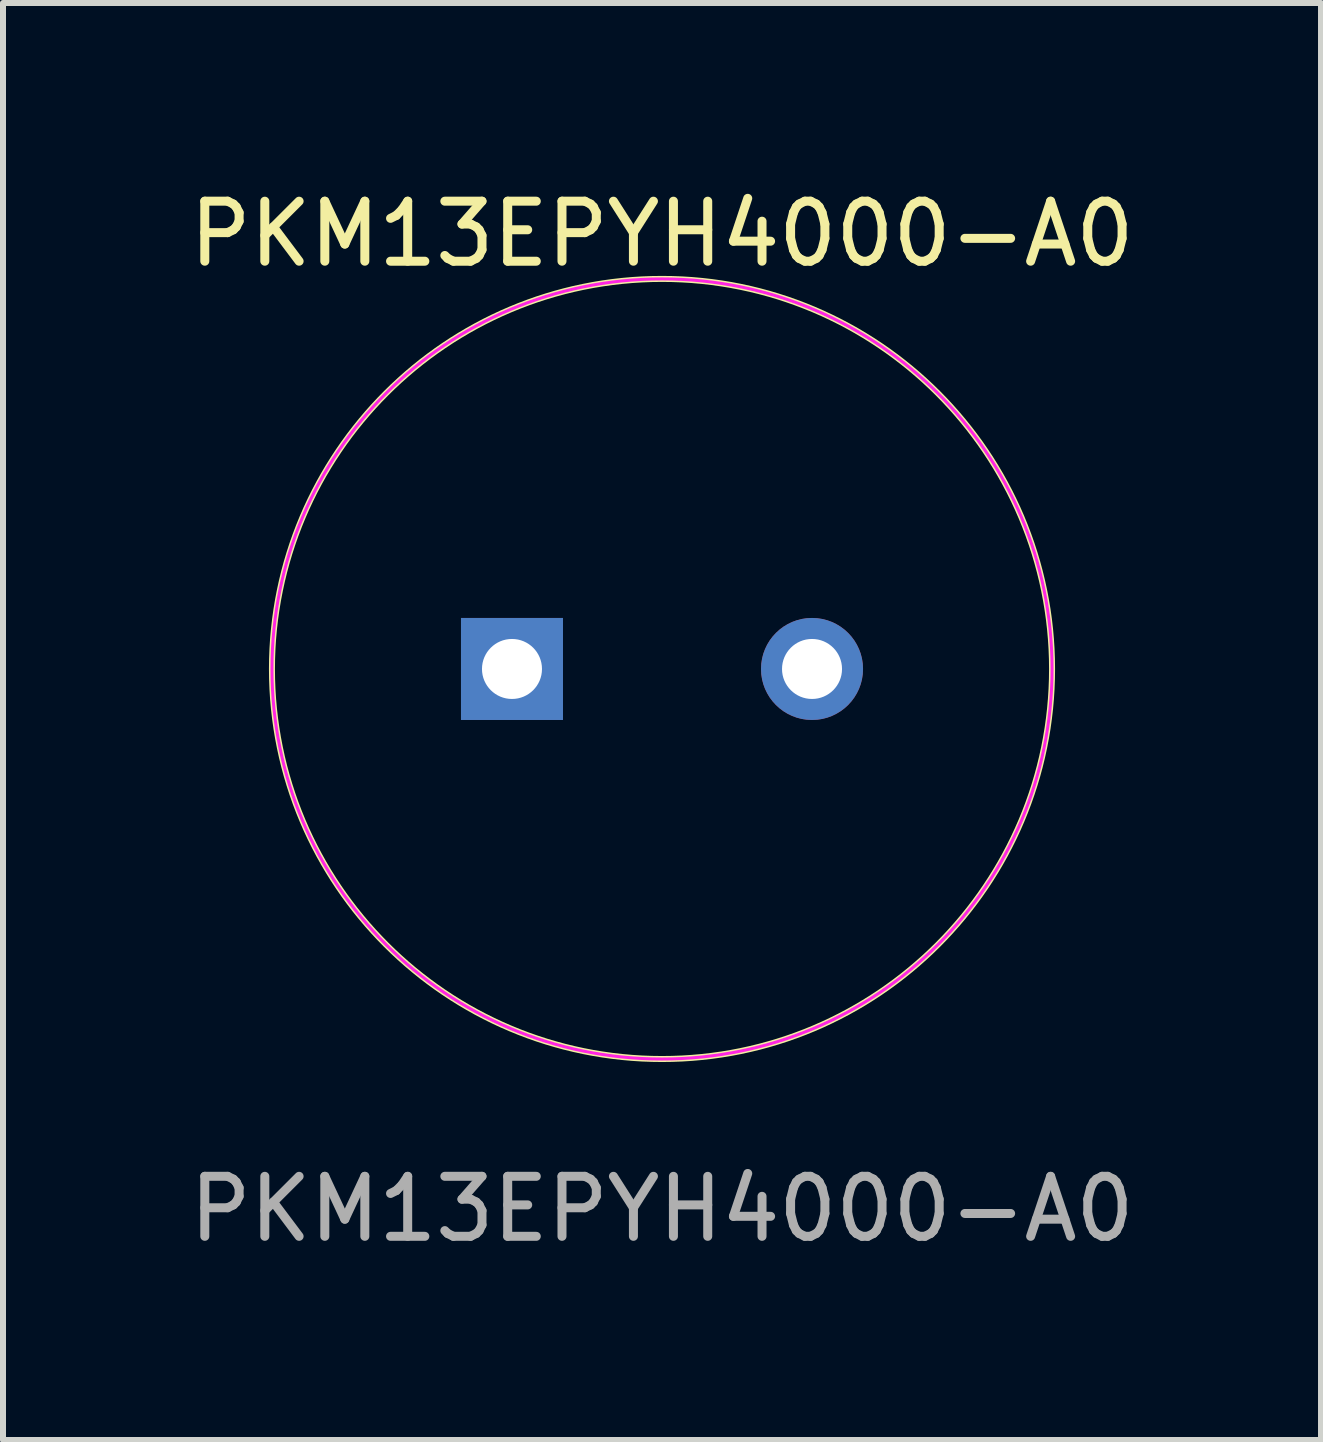
<source format=kicad_pcb>
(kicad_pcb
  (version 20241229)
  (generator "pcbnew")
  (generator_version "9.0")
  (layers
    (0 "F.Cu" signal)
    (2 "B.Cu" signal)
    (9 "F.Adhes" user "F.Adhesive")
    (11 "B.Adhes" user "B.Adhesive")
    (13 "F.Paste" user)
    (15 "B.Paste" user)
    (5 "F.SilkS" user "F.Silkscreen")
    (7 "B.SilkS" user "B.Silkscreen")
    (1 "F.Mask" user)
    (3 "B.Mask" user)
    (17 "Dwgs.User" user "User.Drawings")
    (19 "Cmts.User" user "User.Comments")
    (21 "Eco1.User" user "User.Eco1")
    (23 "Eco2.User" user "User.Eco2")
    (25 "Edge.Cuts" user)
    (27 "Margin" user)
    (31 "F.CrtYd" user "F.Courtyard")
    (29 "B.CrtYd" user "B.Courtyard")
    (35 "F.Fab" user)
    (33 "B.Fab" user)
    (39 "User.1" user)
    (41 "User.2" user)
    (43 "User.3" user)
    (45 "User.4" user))
  (footprint "PKM13EPYH4000-A0"
    (layer "F.Cu")
    (at 7.982 8.098)
    (property "Reference" "PKM13EPYH4000-A0" (at 0 -7.25 0) (unlocked yes) (layer "F.SilkS") (effects (font (size 1 1) (thickness 0.15))))
    (attr through_hole)
    (fp_circle (center 0 0) (end 6.5 0) (stroke (width 0.1) (type default)) (fill no) (layer "F.SilkS"))
    (fp_circle (center 0 0) (end 6.5 0) (stroke (width 0.05) (type default)) (fill no) (layer "F.CrtYd"))
    (fp_text user "${REFERENCE}" (at 0 9 0) (unlocked yes) (layer "F.Fab") (effects (font (size 1 1) (thickness 0.15))))
    (pad "1" thru_hole rect (at -2.5 0) (size 1.7 1.7) (drill 1) (layers "*.Cu" "*.Mask"))
    (pad "2" thru_hole circle (at 2.5 0) (size 1.7 1.7) (drill 1) (layers "*.Cu" "*.Mask")))
  (gr_rect
    (start -3 -3)
    (end 18.964 20.947)
    (stroke (width 0.1) (type default))
    (fill no)
    (layer "Edge.Cuts")))
</source>
